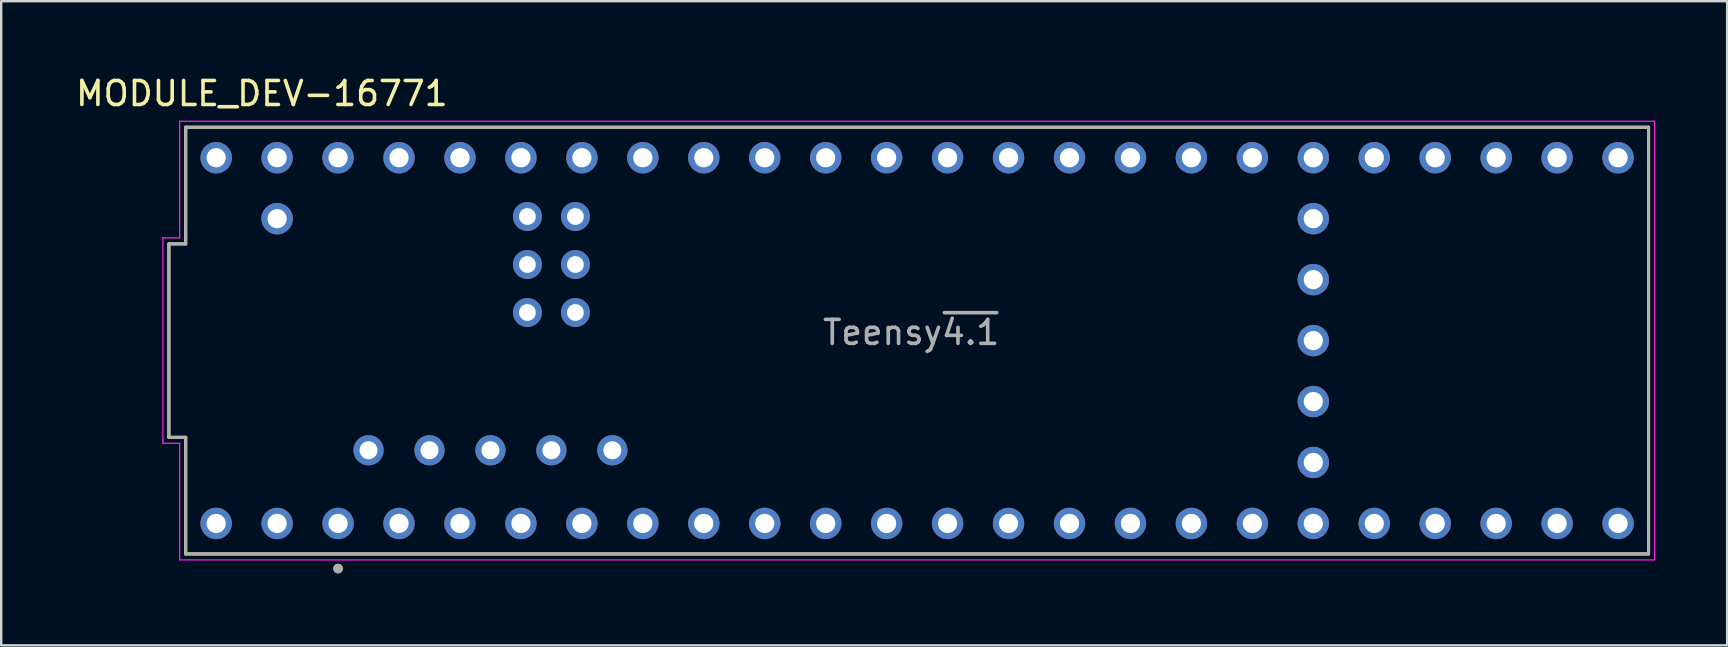
<source format=kicad_pcb>
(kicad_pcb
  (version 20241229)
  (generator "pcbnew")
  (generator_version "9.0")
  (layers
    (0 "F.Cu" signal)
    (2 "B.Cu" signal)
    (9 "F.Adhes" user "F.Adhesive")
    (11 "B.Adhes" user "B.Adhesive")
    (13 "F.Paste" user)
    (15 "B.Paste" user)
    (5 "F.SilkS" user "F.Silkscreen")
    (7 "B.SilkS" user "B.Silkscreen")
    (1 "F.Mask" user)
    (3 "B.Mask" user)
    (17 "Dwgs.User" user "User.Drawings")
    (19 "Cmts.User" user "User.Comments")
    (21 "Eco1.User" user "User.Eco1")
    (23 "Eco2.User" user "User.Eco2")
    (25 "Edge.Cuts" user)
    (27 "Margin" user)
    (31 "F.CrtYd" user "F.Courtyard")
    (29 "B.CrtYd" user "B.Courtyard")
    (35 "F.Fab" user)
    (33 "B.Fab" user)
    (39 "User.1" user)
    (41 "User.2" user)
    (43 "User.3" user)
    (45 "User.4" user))
  (footprint "MODULE_DEV-16771"
    (layer "F.Cu")
    (at 35.168 11.143)
    (property "Reference" "MODULE_DEV-16771" (at -27.305 -10.295 0) (layer "F.SilkS") (effects (font (size 1 1) (thickness 0.15))))
    (attr through_hole)
    (fp_line (start -31.18 4.03) (end -31.18 -4.03) (stroke (width 0.127) (type solid)) (layer "F.SilkS"))
    (fp_line (start -30.48 -8.89) (end -30.48 -4.03) (stroke (width 0.127) (type solid)) (layer "F.SilkS"))
    (fp_line (start -30.48 -8.89) (end 30.48 -8.89) (stroke (width 0.127) (type solid)) (layer "F.SilkS"))
    (fp_line (start -30.48 -4.03) (end -31.18 -4.03) (stroke (width 0.127) (type solid)) (layer "F.SilkS"))
    (fp_line (start -30.48 4.03) (end -31.18 4.03) (stroke (width 0.127) (type solid)) (layer "F.SilkS"))
    (fp_line (start -30.48 8.89) (end -30.48 4.03) (stroke (width 0.127) (type solid)) (layer "F.SilkS"))
    (fp_line (start 30.48 -8.89) (end 30.48 8.89) (stroke (width 0.127) (type solid)) (layer "F.SilkS"))
    (fp_line (start 30.48 8.89) (end -30.48 8.89) (stroke (width 0.127) (type solid)) (layer "F.SilkS"))
    (fp_circle (center -24.13 9.5) (end -24.03 9.5) (stroke (width 0.2) (type solid)) (fill no) (layer "F.SilkS"))
    (fp_line (start -31.43 4.28) (end -31.43 -4.28) (stroke (width 0.05) (type solid)) (layer "F.CrtYd"))
    (fp_line (start -30.73 -9.14) (end -30.73 -4.28) (stroke (width 0.05) (type solid)) (layer "F.CrtYd"))
    (fp_line (start -30.73 -9.14) (end 30.73 -9.14) (stroke (width 0.05) (type solid)) (layer "F.CrtYd"))
    (fp_line (start -30.73 -4.28) (end -31.43 -4.28) (stroke (width 0.05) (type solid)) (layer "F.CrtYd"))
    (fp_line (start -30.73 4.28) (end -31.43 4.28) (stroke (width 0.05) (type solid)) (layer "F.CrtYd"))
    (fp_line (start -30.73 9.14) (end -30.73 4.28) (stroke (width 0.05) (type solid)) (layer "F.CrtYd"))
    (fp_line (start 30.73 -9.14) (end 30.73 9.14) (stroke (width 0.05) (type solid)) (layer "F.CrtYd"))
    (fp_line (start 30.73 9.14) (end -30.73 9.14) (stroke (width 0.05) (type solid)) (layer "F.CrtYd"))
    (fp_line (start -31.18 4.03) (end -31.18 -4.03) (stroke (width 0.127) (type solid)) (layer "F.Fab"))
    (fp_line (start -30.48 -8.89) (end -30.48 -4.03) (stroke (width 0.127) (type solid)) (layer "F.Fab"))
    (fp_line (start -30.48 -8.89) (end 30.48 -8.89) (stroke (width 0.127) (type solid)) (layer "F.Fab"))
    (fp_line (start -30.48 -4.03) (end -31.18 -4.03) (stroke (width 0.127) (type solid)) (layer "F.Fab"))
    (fp_line (start -30.48 4.03) (end -31.18 4.03) (stroke (width 0.127) (type solid)) (layer "F.Fab"))
    (fp_line (start -30.48 8.89) (end -30.48 4.03) (stroke (width 0.127) (type solid)) (layer "F.Fab"))
    (fp_line (start 30.48 -8.89) (end 30.48 8.89) (stroke (width 0.127) (type solid)) (layer "F.Fab"))
    (fp_line (start 30.48 8.89) (end -30.48 8.89) (stroke (width 0.127) (type solid)) (layer "F.Fab"))
    (fp_circle (center -24.13 9.5) (end -24.03 9.5) (stroke (width 0.2) (type solid)) (fill no) (layer "F.Fab"))
    (fp_text user "Teensy~{4.1}" (at -0.25 -0.34 0) (layer "F.Fab") (effects (font (size 1 1) (thickness 0.15))))
    (pad "0" thru_hole circle (at -26.67 7.62) (size 1.308 1.308) (drill 0.8) (layers "*.Cu" "*.Mask"))
    (pad "1" thru_hole circle (at -24.13 7.62) (size 1.308 1.308) (drill 0.8) (layers "*.Cu" "*.Mask"))
    (pad "2" thru_hole circle (at -21.59 7.62) (size 1.308 1.308) (drill 0.8) (layers "*.Cu" "*.Mask"))
    (pad "3" thru_hole circle (at -19.05 7.62) (size 1.308 1.308) (drill 0.8) (layers "*.Cu" "*.Mask"))
    (pad "3.3V_1" thru_hole circle (at 6.35 7.62) (size 1.308 1.308) (drill 0.8) (layers "*.Cu" "*.Mask"))
    (pad "3.3V_2" thru_hole circle (at -24.13 -7.62) (size 1.308 1.308) (drill 0.8) (layers "*.Cu" "*.Mask"))
    (pad "3.3V_3" thru_hole circle (at 16.51 2.54) (size 1.308 1.308) (drill 0.8) (layers "*.Cu" "*.Mask"))
    (pad "4" thru_hole circle (at -16.51 7.62) (size 1.308 1.308) (drill 0.8) (layers "*.Cu" "*.Mask"))
    (pad "5" thru_hole circle (at -13.97 7.62) (size 1.308 1.308) (drill 0.8) (layers "*.Cu" "*.Mask"))
    (pad "5V" thru_hole circle (at -22.86 4.57) (size 1.258 1.258) (drill 0.75) (layers "*.Cu" "*.Mask"))
    (pad "6" thru_hole circle (at -11.43 7.62) (size 1.308 1.308) (drill 0.8) (layers "*.Cu" "*.Mask"))
    (pad "7" thru_hole circle (at -8.89 7.62) (size 1.308 1.308) (drill 0.8) (layers "*.Cu" "*.Mask"))
    (pad "8" thru_hole circle (at -6.35 7.62) (size 1.308 1.308) (drill 0.8) (layers "*.Cu" "*.Mask"))
    (pad "9" thru_hole circle (at -3.81 7.62) (size 1.308 1.308) (drill 0.8) (layers "*.Cu" "*.Mask"))
    (pad "10" thru_hole circle (at -1.27 7.62) (size 1.308 1.308) (drill 0.8) (layers "*.Cu" "*.Mask"))
    (pad "11" thru_hole circle (at 1.27 7.62) (size 1.308 1.308) (drill 0.8) (layers "*.Cu" "*.Mask"))
    (pad "12" thru_hole circle (at 3.81 7.62) (size 1.308 1.308) (drill 0.8) (layers "*.Cu" "*.Mask"))
    (pad "13" thru_hole circle (at 3.81 -7.62) (size 1.308 1.308) (drill 0.8) (layers "*.Cu" "*.Mask"))
    (pad "14" thru_hole circle (at 1.27 -7.62) (size 1.308 1.308) (drill 0.8) (layers "*.Cu" "*.Mask"))
    (pad "15" thru_hole circle (at -1.27 -7.62) (size 1.308 1.308) (drill 0.8) (layers "*.Cu" "*.Mask"))
    (pad "16" thru_hole circle (at -3.81 -7.62) (size 1.308 1.308) (drill 0.8) (layers "*.Cu" "*.Mask"))
    (pad "17" thru_hole circle (at -6.35 -7.62) (size 1.308 1.308) (drill 0.8) (layers "*.Cu" "*.Mask"))
    (pad "18" thru_hole circle (at -8.89 -7.62) (size 1.308 1.308) (drill 0.8) (layers "*.Cu" "*.Mask"))
    (pad "19" thru_hole circle (at -11.43 -7.62) (size 1.308 1.308) (drill 0.8) (layers "*.Cu" "*.Mask"))
    (pad "20" thru_hole circle (at -13.97 -7.62) (size 1.308 1.308) (drill 0.8) (layers "*.Cu" "*.Mask"))
    (pad "21" thru_hole circle (at -16.51 -7.62) (size 1.308 1.308) (drill 0.8) (layers "*.Cu" "*.Mask"))
    (pad "22" thru_hole circle (at -19.05 -7.62) (size 1.308 1.308) (drill 0.8) (layers "*.Cu" "*.Mask"))
    (pad "23" thru_hole circle (at -21.59 -7.62) (size 1.308 1.308) (drill 0.8) (layers "*.Cu" "*.Mask"))
    (pad "24" thru_hole circle (at 8.89 7.62) (size 1.308 1.308) (drill 0.8) (layers "*.Cu" "*.Mask"))
    (pad "25" thru_hole circle (at 11.43 7.62) (size 1.308 1.308) (drill 0.8) (layers "*.Cu" "*.Mask"))
    (pad "26" thru_hole circle (at 13.97 7.62) (size 1.308 1.308) (drill 0.8) (layers "*.Cu" "*.Mask"))
    (pad "27" thru_hole circle (at 16.51 7.62) (size 1.308 1.308) (drill 0.8) (layers "*.Cu" "*.Mask"))
    (pad "28" thru_hole circle (at 19.05 7.62) (size 1.308 1.308) (drill 0.8) (layers "*.Cu" "*.Mask"))
    (pad "29" thru_hole circle (at 21.59 7.62) (size 1.308 1.308) (drill 0.8) (layers "*.Cu" "*.Mask"))
    (pad "30" thru_hole circle (at 24.13 7.62) (size 1.308 1.308) (drill 0.8) (layers "*.Cu" "*.Mask"))
    (pad "31" thru_hole circle (at 26.67 7.62) (size 1.308 1.308) (drill 0.8) (layers "*.Cu" "*.Mask"))
    (pad "32" thru_hole circle (at 29.21 7.62) (size 1.308 1.308) (drill 0.8) (layers "*.Cu" "*.Mask"))
    (pad "33" thru_hole circle (at 29.21 -7.62) (size 1.308 1.308) (drill 0.8) (layers "*.Cu" "*.Mask"))
    (pad "34" thru_hole circle (at 26.67 -7.62) (size 1.308 1.308) (drill 0.8) (layers "*.Cu" "*.Mask"))
    (pad "35" thru_hole circle (at 24.13 -7.62) (size 1.308 1.308) (drill 0.8) (layers "*.Cu" "*.Mask"))
    (pad "36" thru_hole circle (at 21.59 -7.62) (size 1.308 1.308) (drill 0.8) (layers "*.Cu" "*.Mask"))
    (pad "37" thru_hole circle (at 19.05 -7.62) (size 1.308 1.308) (drill 0.8) (layers "*.Cu" "*.Mask"))
    (pad "38" thru_hole circle (at 16.51 -7.62) (size 1.308 1.308) (drill 0.8) (layers "*.Cu" "*.Mask"))
    (pad "39" thru_hole circle (at 13.97 -7.62) (size 1.308 1.308) (drill 0.8) (layers "*.Cu" "*.Mask"))
    (pad "40" thru_hole circle (at 11.43 -7.62) (size 1.308 1.308) (drill 0.8) (layers "*.Cu" "*.Mask"))
    (pad "41" thru_hole circle (at 8.89 -7.62) (size 1.308 1.308) (drill 0.8) (layers "*.Cu" "*.Mask"))
    (pad "D" thru_hole circle (at -20.32 4.57) (size 1.258 1.258) (drill 0.75) (layers "*.Cu" "*.Mask"))
    (pad "D+" thru_hole circle (at -17.78 4.57) (size 1.258 1.258) (drill 0.75) (layers "*.Cu" "*.Mask"))
    (pad "GND1" thru_hole circle (at -29.21 7.62) (size 1.308 1.308) (drill 0.8) (layers "*.Cu" "*.Mask"))
    (pad "GND2" thru_hole circle (at 6.35 -7.62) (size 1.308 1.308) (drill 0.8) (layers "*.Cu" "*.Mask"))
    (pad "GND3" thru_hole circle (at -26.67 -7.62) (size 1.308 1.308) (drill 0.8) (layers "*.Cu" "*.Mask"))
    (pad "GND4" thru_hole circle (at 16.51 0) (size 1.308 1.308) (drill 0.8) (layers "*.Cu" "*.Mask"))
    (pad "GND5" thru_hole circle (at -14.24 -3.17) (size 1.208 1.208) (drill 0.7) (layers "*.Cu" "*.Mask"))
    (pad "LED" thru_hole circle (at -16.24 -3.17) (size 1.208 1.208) (drill 0.7) (layers "*.Cu" "*.Mask"))
    (pad "ON/OFF" thru_hole circle (at 16.51 -5.08) (size 1.308 1.308) (drill 0.8) (layers "*.Cu" "*.Mask"))
    (pad "PROGRAM" thru_hole circle (at 16.51 -2.54) (size 1.308 1.308) (drill 0.8) (layers "*.Cu" "*.Mask"))
    (pad "R" thru_hole circle (at -14.24 -5.17) (size 1.208 1.208) (drill 0.7) (layers "*.Cu" "*.Mask"))
    (pad "R+" thru_hole circle (at -16.24 -5.17) (size 1.208 1.208) (drill 0.7) (layers "*.Cu" "*.Mask"))
    (pad "T" thru_hole circle (at -16.24 -1.17) (size 1.208 1.208) (drill 0.7) (layers "*.Cu" "*.Mask"))
    (pad "T+" thru_hole circle (at -14.24 -1.17) (size 1.208 1.208) (drill 0.7) (layers "*.Cu" "*.Mask"))
    (pad "USB_GND1" thru_hole circle (at -15.24 4.57) (size 1.258 1.258) (drill 0.75) (layers "*.Cu" "*.Mask"))
    (pad "USB_GND2" thru_hole circle (at -12.7 4.57) (size 1.258 1.258) (drill 0.75) (layers "*.Cu" "*.Mask"))
    (pad "VBAT" thru_hole circle (at 16.51 5.08) (size 1.308 1.308) (drill 0.8) (layers "*.Cu" "*.Mask"))
    (pad "VIN" thru_hole circle (at -29.21 -7.62) (size 1.308 1.308) (drill 0.8) (layers "*.Cu" "*.Mask"))
    (pad "VUSB" thru_hole circle (at -26.67 -5.08) (size 1.308 1.308) (drill 0.8) (layers "*.Cu" "*.Mask")))
  (gr_rect
    (start -3 -3)
    (end 68.923 23.843)
    (stroke (width 0.1) (type default))
    (fill no)
    (layer "Edge.Cuts")))
</source>
